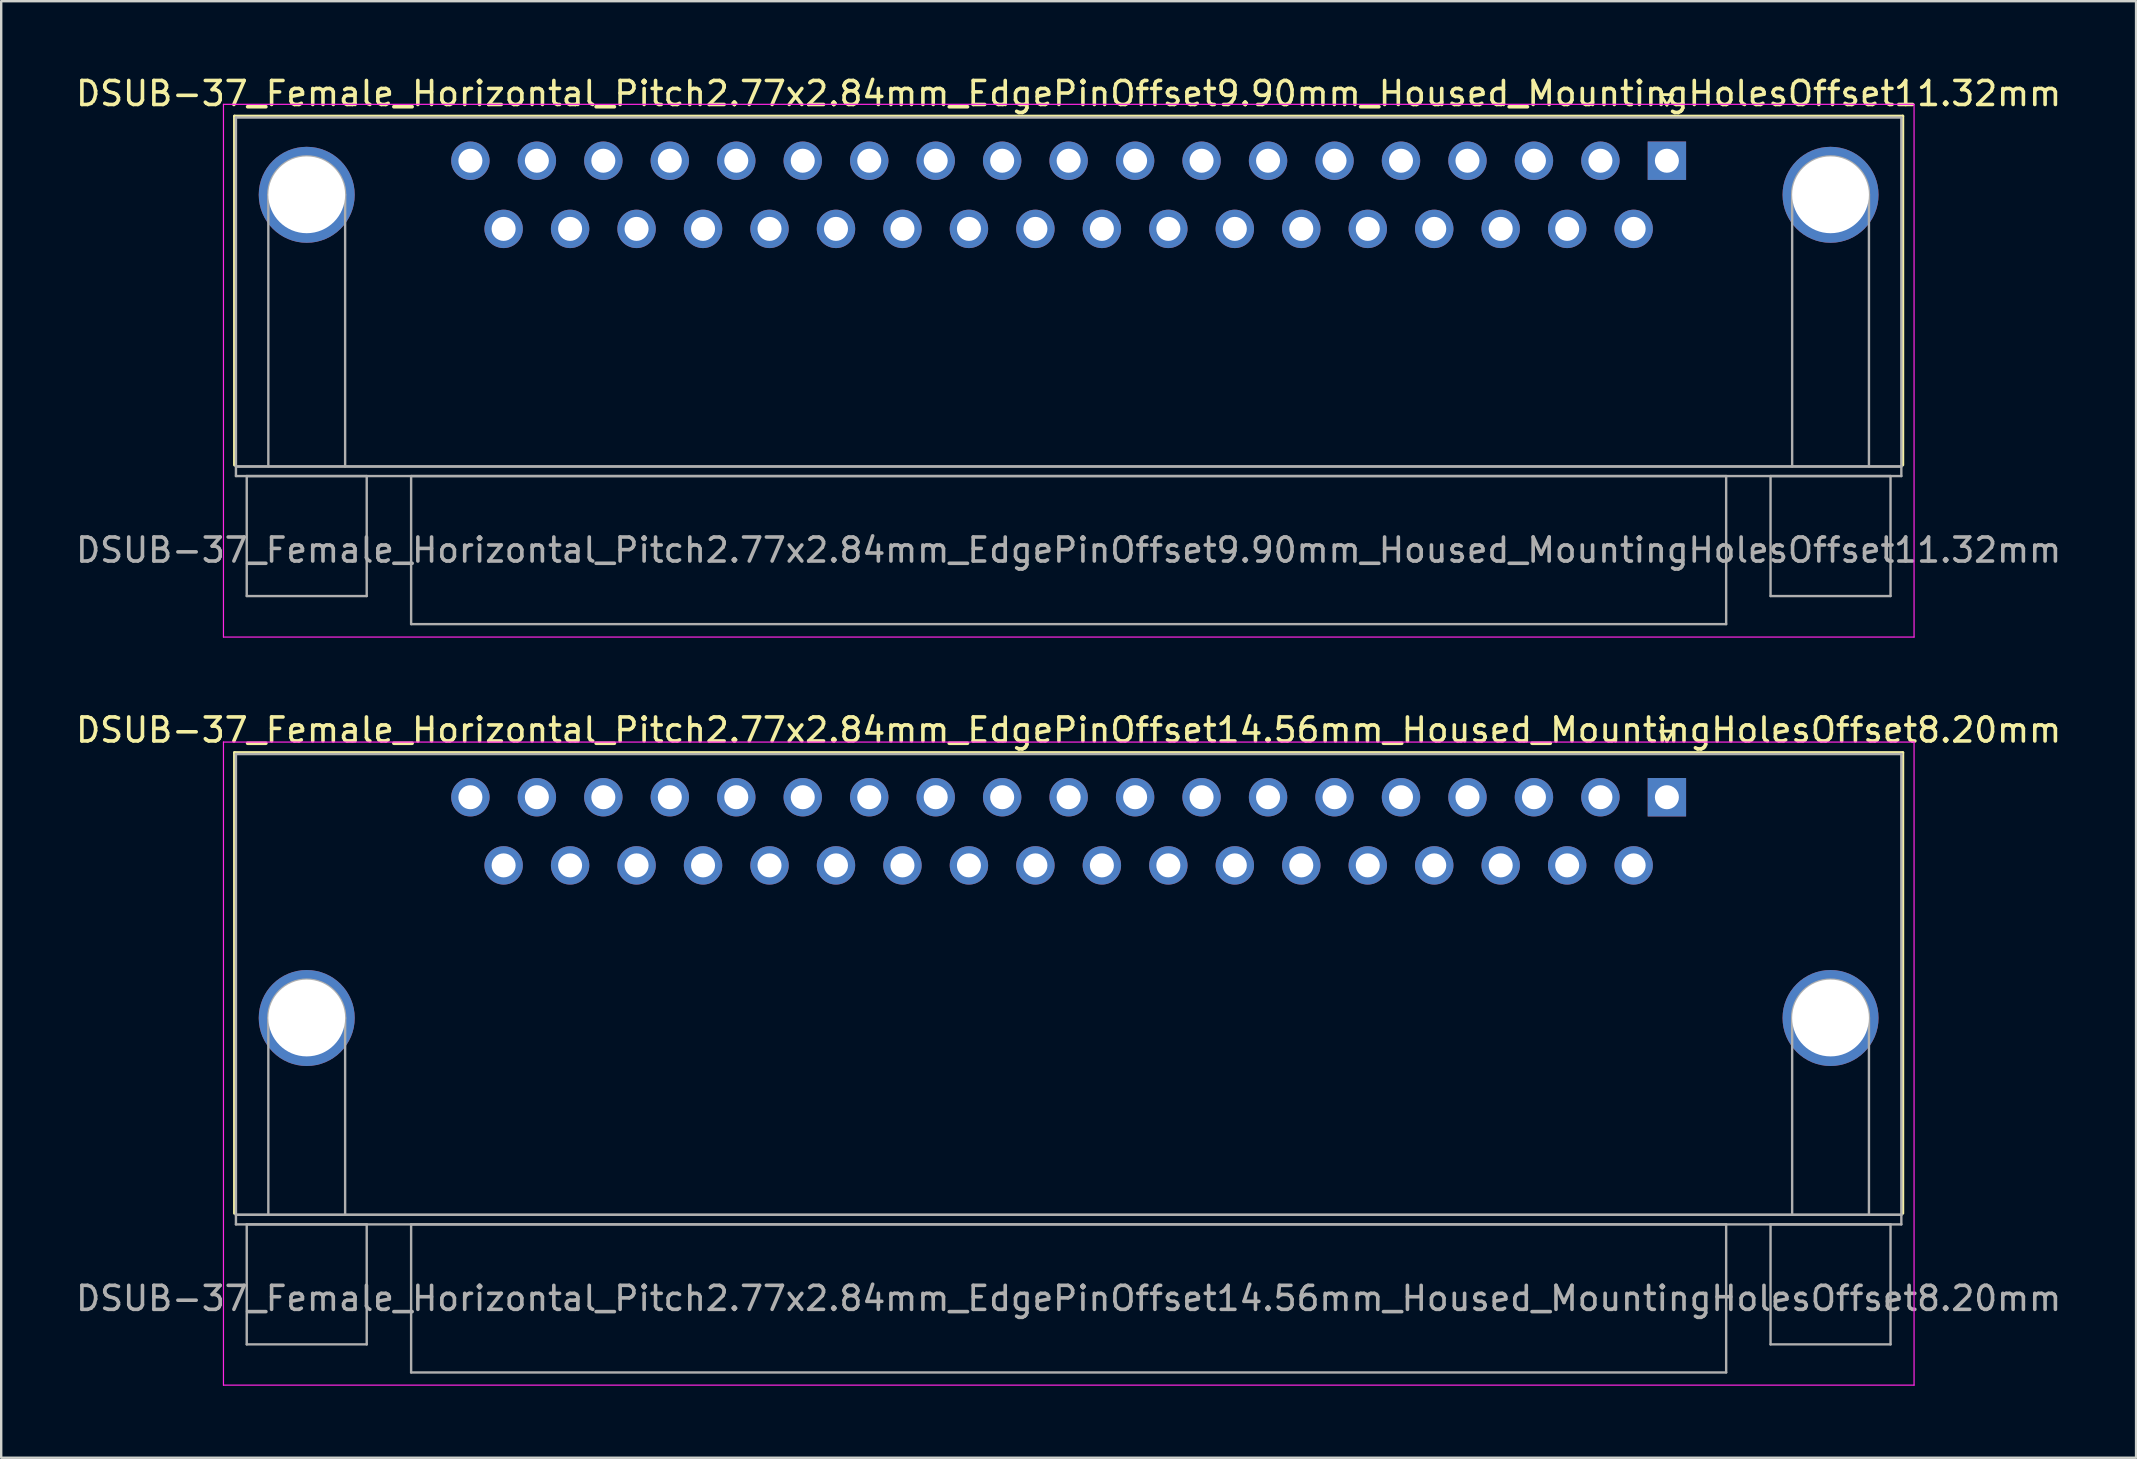
<source format=kicad_pcb>
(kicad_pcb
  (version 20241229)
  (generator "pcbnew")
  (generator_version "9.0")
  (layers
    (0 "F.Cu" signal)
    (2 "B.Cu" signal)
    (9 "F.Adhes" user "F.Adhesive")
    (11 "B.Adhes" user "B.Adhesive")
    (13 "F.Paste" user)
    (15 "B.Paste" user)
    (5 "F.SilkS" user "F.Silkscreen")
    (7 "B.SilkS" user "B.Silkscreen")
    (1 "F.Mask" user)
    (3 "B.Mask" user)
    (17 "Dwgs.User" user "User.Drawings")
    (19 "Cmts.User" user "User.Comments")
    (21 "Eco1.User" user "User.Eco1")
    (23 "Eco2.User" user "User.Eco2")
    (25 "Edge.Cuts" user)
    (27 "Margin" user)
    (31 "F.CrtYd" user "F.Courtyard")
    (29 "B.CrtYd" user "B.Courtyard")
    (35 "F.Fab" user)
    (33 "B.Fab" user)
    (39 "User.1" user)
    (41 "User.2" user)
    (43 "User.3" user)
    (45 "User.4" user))
  (footprint "DSUB-37_Female_Horizontal_Pitch2.77x2.84mm_EdgePinOffset14.56mm_Housed_MountingHolesOffset8.20mm"
    (layer "F.Cu")
    (at 66.412 30.172)
    (property "Reference" "DSUB-37_Female_Horizontal_Pitch2.77x2.84mm_EdgePinOffset14.56mm_Housed_MountingHolesOffset8.20mm" (at -24.93 -2.8 0) (layer "F.SilkS") (effects (font (size 1 1) (thickness 0.15))))
    (attr through_hole)
    (fp_line (start -59.69 -1.86) (end 9.83 -1.86) (stroke (width 0.12) (type solid)) (layer "F.SilkS"))
    (fp_line (start -59.69 17.34) (end -59.69 -1.86) (stroke (width 0.12) (type solid)) (layer "F.SilkS"))
    (fp_line (start -0.25 -2.754) (end 0.25 -2.754) (stroke (width 0.12) (type solid)) (layer "F.SilkS"))
    (fp_line (start 0 -2.321) (end -0.25 -2.754) (stroke (width 0.12) (type solid)) (layer "F.SilkS"))
    (fp_line (start 0.25 -2.754) (end 0 -2.321) (stroke (width 0.12) (type solid)) (layer "F.SilkS"))
    (fp_line (start 9.83 -1.86) (end 9.83 17.34) (stroke (width 0.12) (type solid)) (layer "F.SilkS"))
    (fp_line (start -60.15 -2.3) (end -60.15 24.5) (stroke (width 0.05) (type solid)) (layer "F.CrtYd"))
    (fp_line (start -60.15 24.5) (end 10.3 24.5) (stroke (width 0.05) (type solid)) (layer "F.CrtYd"))
    (fp_line (start 10.3 -2.3) (end -60.15 -2.3) (stroke (width 0.05) (type solid)) (layer "F.CrtYd"))
    (fp_line (start 10.3 24.5) (end 10.3 -2.3) (stroke (width 0.05) (type solid)) (layer "F.CrtYd"))
    (fp_line (start -59.63 -1.8) (end -59.63 17.4) (stroke (width 0.1) (type solid)) (layer "F.Fab"))
    (fp_line (start -59.63 17.4) (end -59.63 17.8) (stroke (width 0.1) (type solid)) (layer "F.Fab"))
    (fp_line (start -59.63 17.4) (end 9.77 17.4) (stroke (width 0.1) (type solid)) (layer "F.Fab"))
    (fp_line (start -59.63 17.8) (end 9.77 17.8) (stroke (width 0.1) (type solid)) (layer "F.Fab"))
    (fp_line (start -59.18 17.8) (end -59.18 22.8) (stroke (width 0.1) (type solid)) (layer "F.Fab"))
    (fp_line (start -59.18 22.8) (end -54.18 22.8) (stroke (width 0.1) (type solid)) (layer "F.Fab"))
    (fp_line (start -58.28 17.4) (end -58.28 9.2) (stroke (width 0.1) (type solid)) (layer "F.Fab"))
    (fp_line (start -55.08 17.4) (end -55.08 9.2) (stroke (width 0.1) (type solid)) (layer "F.Fab"))
    (fp_line (start -54.18 17.8) (end -59.18 17.8) (stroke (width 0.1) (type solid)) (layer "F.Fab"))
    (fp_line (start -54.18 22.8) (end -54.18 17.8) (stroke (width 0.1) (type solid)) (layer "F.Fab"))
    (fp_line (start -52.33 17.8) (end -52.33 23.97) (stroke (width 0.1) (type solid)) (layer "F.Fab"))
    (fp_line (start -52.33 23.97) (end 2.47 23.97) (stroke (width 0.1) (type solid)) (layer "F.Fab"))
    (fp_line (start 2.47 17.8) (end -52.33 17.8) (stroke (width 0.1) (type solid)) (layer "F.Fab"))
    (fp_line (start 2.47 23.97) (end 2.47 17.8) (stroke (width 0.1) (type solid)) (layer "F.Fab"))
    (fp_line (start 4.32 17.8) (end 4.32 22.8) (stroke (width 0.1) (type solid)) (layer "F.Fab"))
    (fp_line (start 4.32 22.8) (end 9.32 22.8) (stroke (width 0.1) (type solid)) (layer "F.Fab"))
    (fp_line (start 5.22 17.4) (end 5.22 9.2) (stroke (width 0.1) (type solid)) (layer "F.Fab"))
    (fp_line (start 8.42 17.4) (end 8.42 9.2) (stroke (width 0.1) (type solid)) (layer "F.Fab"))
    (fp_line (start 9.32 17.8) (end 4.32 17.8) (stroke (width 0.1) (type solid)) (layer "F.Fab"))
    (fp_line (start 9.32 22.8) (end 9.32 17.8) (stroke (width 0.1) (type solid)) (layer "F.Fab"))
    (fp_line (start 9.77 -1.8) (end -59.63 -1.8) (stroke (width 0.1) (type solid)) (layer "F.Fab"))
    (fp_line (start 9.77 17.4) (end -59.63 17.4) (stroke (width 0.1) (type solid)) (layer "F.Fab"))
    (fp_line (start 9.77 17.4) (end 9.77 -1.8) (stroke (width 0.1) (type solid)) (layer "F.Fab"))
    (fp_line (start 9.77 17.8) (end 9.77 17.4) (stroke (width 0.1) (type solid)) (layer "F.Fab"))
    (fp_arc (start -58.28 9.2) (mid -56.68 7.6) (end -55.08 9.2) (stroke (width 0.1) (type solid)) (layer "F.Fab"))
    (fp_arc (start 5.22 9.2) (mid 6.82 7.6) (end 8.42 9.2) (stroke (width 0.1) (type solid)) (layer "F.Fab"))
    (fp_text user "${REFERENCE}" (at -24.93 20.885 0) (layer "F.Fab") (effects (font (size 1 1) (thickness 0.15))))
    (pad "0" thru_hole circle (at -56.68 9.2) (size 4 4) (drill 3.2) (layers "*.Cu" "*.Mask"))
    (pad "0" thru_hole circle (at 6.82 9.2) (size 4 4) (drill 3.2) (layers "*.Cu" "*.Mask"))
    (pad "1" thru_hole rect (at 0 0) (size 1.6 1.6) (drill 1) (layers "*.Cu" "*.Mask"))
    (pad "2" thru_hole circle (at -2.77 0) (size 1.6 1.6) (drill 1) (layers "*.Cu" "*.Mask"))
    (pad "3" thru_hole circle (at -5.54 0) (size 1.6 1.6) (drill 1) (layers "*.Cu" "*.Mask"))
    (pad "4" thru_hole circle (at -8.31 0) (size 1.6 1.6) (drill 1) (layers "*.Cu" "*.Mask"))
    (pad "5" thru_hole circle (at -11.08 0) (size 1.6 1.6) (drill 1) (layers "*.Cu" "*.Mask"))
    (pad "6" thru_hole circle (at -13.85 0) (size 1.6 1.6) (drill 1) (layers "*.Cu" "*.Mask"))
    (pad "7" thru_hole circle (at -16.62 0) (size 1.6 1.6) (drill 1) (layers "*.Cu" "*.Mask"))
    (pad "8" thru_hole circle (at -19.39 0) (size 1.6 1.6) (drill 1) (layers "*.Cu" "*.Mask"))
    (pad "9" thru_hole circle (at -22.16 0) (size 1.6 1.6) (drill 1) (layers "*.Cu" "*.Mask"))
    (pad "10" thru_hole circle (at -24.93 0) (size 1.6 1.6) (drill 1) (layers "*.Cu" "*.Mask"))
    (pad "11" thru_hole circle (at -27.7 0) (size 1.6 1.6) (drill 1) (layers "*.Cu" "*.Mask"))
    (pad "12" thru_hole circle (at -30.47 0) (size 1.6 1.6) (drill 1) (layers "*.Cu" "*.Mask"))
    (pad "13" thru_hole circle (at -33.24 0) (size 1.6 1.6) (drill 1) (layers "*.Cu" "*.Mask"))
    (pad "14" thru_hole circle (at -36.01 0) (size 1.6 1.6) (drill 1) (layers "*.Cu" "*.Mask"))
    (pad "15" thru_hole circle (at -38.78 0) (size 1.6 1.6) (drill 1) (layers "*.Cu" "*.Mask"))
    (pad "16" thru_hole circle (at -41.55 0) (size 1.6 1.6) (drill 1) (layers "*.Cu" "*.Mask"))
    (pad "17" thru_hole circle (at -44.32 0) (size 1.6 1.6) (drill 1) (layers "*.Cu" "*.Mask"))
    (pad "18" thru_hole circle (at -47.09 0) (size 1.6 1.6) (drill 1) (layers "*.Cu" "*.Mask"))
    (pad "19" thru_hole circle (at -49.86 0) (size 1.6 1.6) (drill 1) (layers "*.Cu" "*.Mask"))
    (pad "20" thru_hole circle (at -1.385 2.84) (size 1.6 1.6) (drill 1) (layers "*.Cu" "*.Mask"))
    (pad "21" thru_hole circle (at -4.155 2.84) (size 1.6 1.6) (drill 1) (layers "*.Cu" "*.Mask"))
    (pad "22" thru_hole circle (at -6.925 2.84) (size 1.6 1.6) (drill 1) (layers "*.Cu" "*.Mask"))
    (pad "23" thru_hole circle (at -9.695 2.84) (size 1.6 1.6) (drill 1) (layers "*.Cu" "*.Mask"))
    (pad "24" thru_hole circle (at -12.465 2.84) (size 1.6 1.6) (drill 1) (layers "*.Cu" "*.Mask"))
    (pad "25" thru_hole circle (at -15.235 2.84) (size 1.6 1.6) (drill 1) (layers "*.Cu" "*.Mask"))
    (pad "26" thru_hole circle (at -18.005 2.84) (size 1.6 1.6) (drill 1) (layers "*.Cu" "*.Mask"))
    (pad "27" thru_hole circle (at -20.775 2.84) (size 1.6 1.6) (drill 1) (layers "*.Cu" "*.Mask"))
    (pad "28" thru_hole circle (at -23.545 2.84) (size 1.6 1.6) (drill 1) (layers "*.Cu" "*.Mask"))
    (pad "29" thru_hole circle (at -26.315 2.84) (size 1.6 1.6) (drill 1) (layers "*.Cu" "*.Mask"))
    (pad "30" thru_hole circle (at -29.085 2.84) (size 1.6 1.6) (drill 1) (layers "*.Cu" "*.Mask"))
    (pad "31" thru_hole circle (at -31.855 2.84) (size 1.6 1.6) (drill 1) (layers "*.Cu" "*.Mask"))
    (pad "32" thru_hole circle (at -34.625 2.84) (size 1.6 1.6) (drill 1) (layers "*.Cu" "*.Mask"))
    (pad "33" thru_hole circle (at -37.395 2.84) (size 1.6 1.6) (drill 1) (layers "*.Cu" "*.Mask"))
    (pad "34" thru_hole circle (at -40.165 2.84) (size 1.6 1.6) (drill 1) (layers "*.Cu" "*.Mask"))
    (pad "35" thru_hole circle (at -42.935 2.84) (size 1.6 1.6) (drill 1) (layers "*.Cu" "*.Mask"))
    (pad "36" thru_hole circle (at -45.705 2.84) (size 1.6 1.6) (drill 1) (layers "*.Cu" "*.Mask"))
    (pad "37" thru_hole circle (at -48.475 2.84) (size 1.6 1.6) (drill 1) (layers "*.Cu" "*.Mask")))
  (footprint "DSUB-37_Female_Horizontal_Pitch2.77x2.84mm_EdgePinOffset9.90mm_Housed_MountingHolesOffset11.32mm"
    (layer "F.Cu")
    (at 66.412 3.648)
    (property "Reference" "DSUB-37_Female_Horizontal_Pitch2.77x2.84mm_EdgePinOffset9.90mm_Housed_MountingHolesOffset11.32mm" (at -24.93 -2.8 0) (layer "F.SilkS") (effects (font (size 1 1) (thickness 0.15))))
    (attr through_hole)
    (fp_line (start -59.69 -1.86) (end 9.83 -1.86) (stroke (width 0.12) (type solid)) (layer "F.SilkS"))
    (fp_line (start -59.69 12.68) (end -59.69 -1.86) (stroke (width 0.12) (type solid)) (layer "F.SilkS"))
    (fp_line (start -0.25 -2.754) (end 0.25 -2.754) (stroke (width 0.12) (type solid)) (layer "F.SilkS"))
    (fp_line (start 0 -2.321) (end -0.25 -2.754) (stroke (width 0.12) (type solid)) (layer "F.SilkS"))
    (fp_line (start 0.25 -2.754) (end 0 -2.321) (stroke (width 0.12) (type solid)) (layer "F.SilkS"))
    (fp_line (start 9.83 -1.86) (end 9.83 12.68) (stroke (width 0.12) (type solid)) (layer "F.SilkS"))
    (fp_line (start -60.15 -2.35) (end -60.15 19.85) (stroke (width 0.05) (type solid)) (layer "F.CrtYd"))
    (fp_line (start -60.15 19.85) (end 10.3 19.85) (stroke (width 0.05) (type solid)) (layer "F.CrtYd"))
    (fp_line (start 10.3 -2.35) (end -60.15 -2.35) (stroke (width 0.05) (type solid)) (layer "F.CrtYd"))
    (fp_line (start 10.3 19.85) (end 10.3 -2.35) (stroke (width 0.05) (type solid)) (layer "F.CrtYd"))
    (fp_line (start -59.63 -1.8) (end -59.63 12.74) (stroke (width 0.1) (type solid)) (layer "F.Fab"))
    (fp_line (start -59.63 12.74) (end -59.63 13.14) (stroke (width 0.1) (type solid)) (layer "F.Fab"))
    (fp_line (start -59.63 12.74) (end 9.77 12.74) (stroke (width 0.1) (type solid)) (layer "F.Fab"))
    (fp_line (start -59.63 13.14) (end 9.77 13.14) (stroke (width 0.1) (type solid)) (layer "F.Fab"))
    (fp_line (start -59.18 13.14) (end -59.18 18.14) (stroke (width 0.1) (type solid)) (layer "F.Fab"))
    (fp_line (start -59.18 18.14) (end -54.18 18.14) (stroke (width 0.1) (type solid)) (layer "F.Fab"))
    (fp_line (start -58.28 12.74) (end -58.28 1.42) (stroke (width 0.1) (type solid)) (layer "F.Fab"))
    (fp_line (start -55.08 12.74) (end -55.08 1.42) (stroke (width 0.1) (type solid)) (layer "F.Fab"))
    (fp_line (start -54.18 13.14) (end -59.18 13.14) (stroke (width 0.1) (type solid)) (layer "F.Fab"))
    (fp_line (start -54.18 18.14) (end -54.18 13.14) (stroke (width 0.1) (type solid)) (layer "F.Fab"))
    (fp_line (start -52.33 13.14) (end -52.33 19.31) (stroke (width 0.1) (type solid)) (layer "F.Fab"))
    (fp_line (start -52.33 19.31) (end 2.47 19.31) (stroke (width 0.1) (type solid)) (layer "F.Fab"))
    (fp_line (start 2.47 13.14) (end -52.33 13.14) (stroke (width 0.1) (type solid)) (layer "F.Fab"))
    (fp_line (start 2.47 19.31) (end 2.47 13.14) (stroke (width 0.1) (type solid)) (layer "F.Fab"))
    (fp_line (start 4.32 13.14) (end 4.32 18.14) (stroke (width 0.1) (type solid)) (layer "F.Fab"))
    (fp_line (start 4.32 18.14) (end 9.32 18.14) (stroke (width 0.1) (type solid)) (layer "F.Fab"))
    (fp_line (start 5.22 12.74) (end 5.22 1.42) (stroke (width 0.1) (type solid)) (layer "F.Fab"))
    (fp_line (start 8.42 12.74) (end 8.42 1.42) (stroke (width 0.1) (type solid)) (layer "F.Fab"))
    (fp_line (start 9.32 13.14) (end 4.32 13.14) (stroke (width 0.1) (type solid)) (layer "F.Fab"))
    (fp_line (start 9.32 18.14) (end 9.32 13.14) (stroke (width 0.1) (type solid)) (layer "F.Fab"))
    (fp_line (start 9.77 -1.8) (end -59.63 -1.8) (stroke (width 0.1) (type solid)) (layer "F.Fab"))
    (fp_line (start 9.77 12.74) (end -59.63 12.74) (stroke (width 0.1) (type solid)) (layer "F.Fab"))
    (fp_line (start 9.77 12.74) (end 9.77 -1.8) (stroke (width 0.1) (type solid)) (layer "F.Fab"))
    (fp_line (start 9.77 13.14) (end 9.77 12.74) (stroke (width 0.1) (type solid)) (layer "F.Fab"))
    (fp_arc (start -58.28 1.42) (mid -56.68 -0.18) (end -55.08 1.42) (stroke (width 0.1) (type solid)) (layer "F.Fab"))
    (fp_arc (start 5.22 1.42) (mid 6.82 -0.18) (end 8.42 1.42) (stroke (width 0.1) (type solid)) (layer "F.Fab"))
    (fp_text user "${REFERENCE}" (at -24.93 16.225 0) (layer "F.Fab") (effects (font (size 1 1) (thickness 0.15))))
    (pad "0" thru_hole circle (at -56.68 1.42) (size 4 4) (drill 3.2) (layers "*.Cu" "*.Mask"))
    (pad "0" thru_hole circle (at 6.82 1.42) (size 4 4) (drill 3.2) (layers "*.Cu" "*.Mask"))
    (pad "1" thru_hole rect (at 0 0) (size 1.6 1.6) (drill 1) (layers "*.Cu" "*.Mask"))
    (pad "2" thru_hole circle (at -2.77 0) (size 1.6 1.6) (drill 1) (layers "*.Cu" "*.Mask"))
    (pad "3" thru_hole circle (at -5.54 0) (size 1.6 1.6) (drill 1) (layers "*.Cu" "*.Mask"))
    (pad "4" thru_hole circle (at -8.31 0) (size 1.6 1.6) (drill 1) (layers "*.Cu" "*.Mask"))
    (pad "5" thru_hole circle (at -11.08 0) (size 1.6 1.6) (drill 1) (layers "*.Cu" "*.Mask"))
    (pad "6" thru_hole circle (at -13.85 0) (size 1.6 1.6) (drill 1) (layers "*.Cu" "*.Mask"))
    (pad "7" thru_hole circle (at -16.62 0) (size 1.6 1.6) (drill 1) (layers "*.Cu" "*.Mask"))
    (pad "8" thru_hole circle (at -19.39 0) (size 1.6 1.6) (drill 1) (layers "*.Cu" "*.Mask"))
    (pad "9" thru_hole circle (at -22.16 0) (size 1.6 1.6) (drill 1) (layers "*.Cu" "*.Mask"))
    (pad "10" thru_hole circle (at -24.93 0) (size 1.6 1.6) (drill 1) (layers "*.Cu" "*.Mask"))
    (pad "11" thru_hole circle (at -27.7 0) (size 1.6 1.6) (drill 1) (layers "*.Cu" "*.Mask"))
    (pad "12" thru_hole circle (at -30.47 0) (size 1.6 1.6) (drill 1) (layers "*.Cu" "*.Mask"))
    (pad "13" thru_hole circle (at -33.24 0) (size 1.6 1.6) (drill 1) (layers "*.Cu" "*.Mask"))
    (pad "14" thru_hole circle (at -36.01 0) (size 1.6 1.6) (drill 1) (layers "*.Cu" "*.Mask"))
    (pad "15" thru_hole circle (at -38.78 0) (size 1.6 1.6) (drill 1) (layers "*.Cu" "*.Mask"))
    (pad "16" thru_hole circle (at -41.55 0) (size 1.6 1.6) (drill 1) (layers "*.Cu" "*.Mask"))
    (pad "17" thru_hole circle (at -44.32 0) (size 1.6 1.6) (drill 1) (layers "*.Cu" "*.Mask"))
    (pad "18" thru_hole circle (at -47.09 0) (size 1.6 1.6) (drill 1) (layers "*.Cu" "*.Mask"))
    (pad "19" thru_hole circle (at -49.86 0) (size 1.6 1.6) (drill 1) (layers "*.Cu" "*.Mask"))
    (pad "20" thru_hole circle (at -1.385 2.84) (size 1.6 1.6) (drill 1) (layers "*.Cu" "*.Mask"))
    (pad "21" thru_hole circle (at -4.155 2.84) (size 1.6 1.6) (drill 1) (layers "*.Cu" "*.Mask"))
    (pad "22" thru_hole circle (at -6.925 2.84) (size 1.6 1.6) (drill 1) (layers "*.Cu" "*.Mask"))
    (pad "23" thru_hole circle (at -9.695 2.84) (size 1.6 1.6) (drill 1) (layers "*.Cu" "*.Mask"))
    (pad "24" thru_hole circle (at -12.465 2.84) (size 1.6 1.6) (drill 1) (layers "*.Cu" "*.Mask"))
    (pad "25" thru_hole circle (at -15.235 2.84) (size 1.6 1.6) (drill 1) (layers "*.Cu" "*.Mask"))
    (pad "26" thru_hole circle (at -18.005 2.84) (size 1.6 1.6) (drill 1) (layers "*.Cu" "*.Mask"))
    (pad "27" thru_hole circle (at -20.775 2.84) (size 1.6 1.6) (drill 1) (layers "*.Cu" "*.Mask"))
    (pad "28" thru_hole circle (at -23.545 2.84) (size 1.6 1.6) (drill 1) (layers "*.Cu" "*.Mask"))
    (pad "29" thru_hole circle (at -26.315 2.84) (size 1.6 1.6) (drill 1) (layers "*.Cu" "*.Mask"))
    (pad "30" thru_hole circle (at -29.085 2.84) (size 1.6 1.6) (drill 1) (layers "*.Cu" "*.Mask"))
    (pad "31" thru_hole circle (at -31.855 2.84) (size 1.6 1.6) (drill 1) (layers "*.Cu" "*.Mask"))
    (pad "32" thru_hole circle (at -34.625 2.84) (size 1.6 1.6) (drill 1) (layers "*.Cu" "*.Mask"))
    (pad "33" thru_hole circle (at -37.395 2.84) (size 1.6 1.6) (drill 1) (layers "*.Cu" "*.Mask"))
    (pad "34" thru_hole circle (at -40.165 2.84) (size 1.6 1.6) (drill 1) (layers "*.Cu" "*.Mask"))
    (pad "35" thru_hole circle (at -42.935 2.84) (size 1.6 1.6) (drill 1) (layers "*.Cu" "*.Mask"))
    (pad "36" thru_hole circle (at -45.705 2.84) (size 1.6 1.6) (drill 1) (layers "*.Cu" "*.Mask"))
    (pad "37" thru_hole circle (at -48.475 2.84) (size 1.6 1.6) (drill 1) (layers "*.Cu" "*.Mask")))
  (gr_rect
    (start -3 -3)
    (end 85.964 57.697)
    (stroke (width 0.1) (type default))
    (fill no)
    (layer "Edge.Cuts")))
</source>
